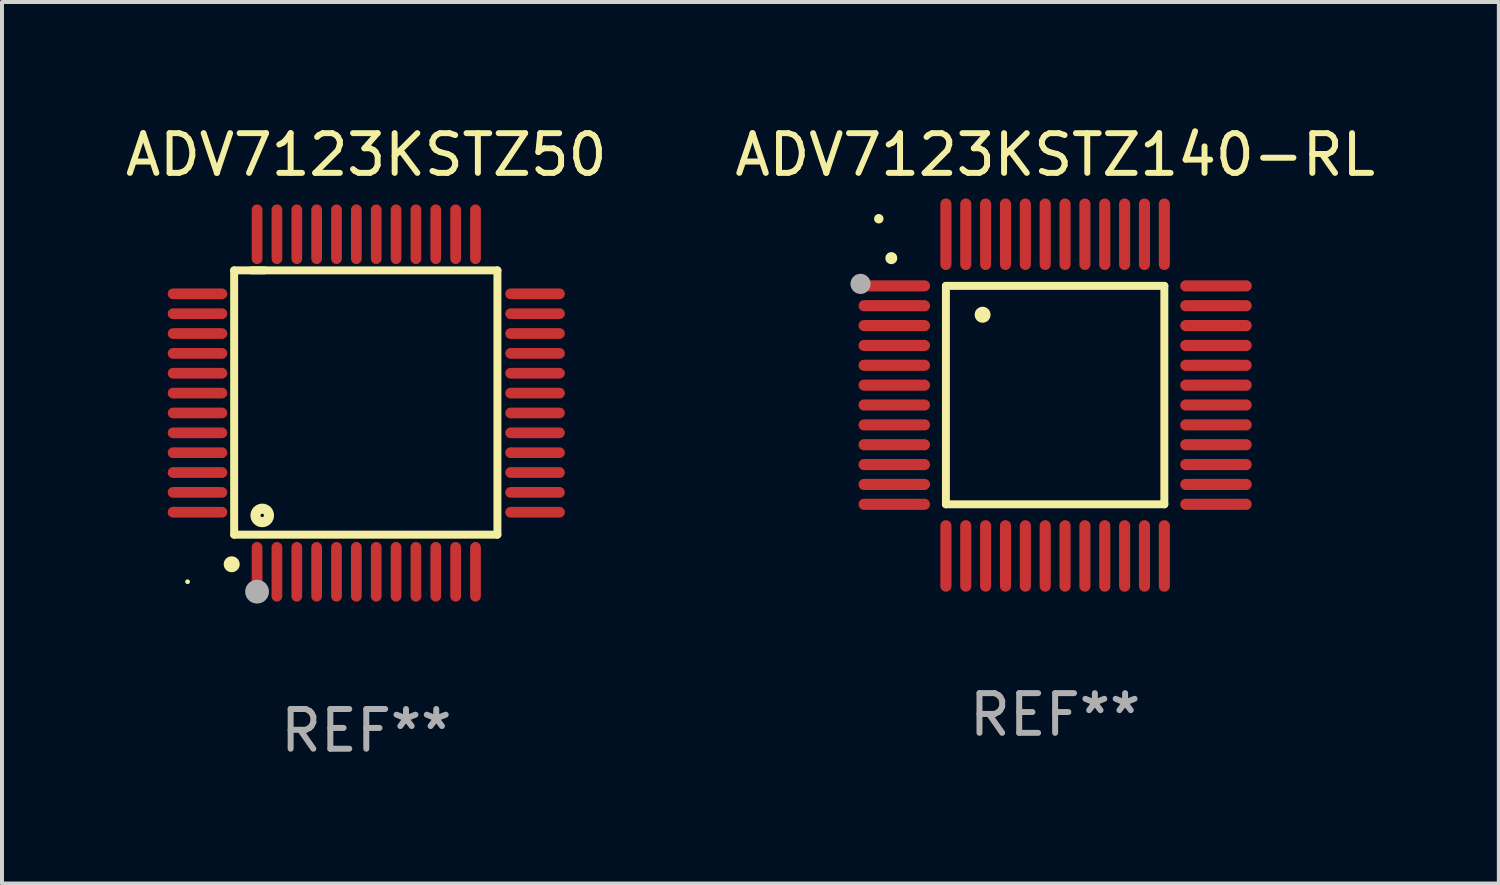
<source format=kicad_pcb>
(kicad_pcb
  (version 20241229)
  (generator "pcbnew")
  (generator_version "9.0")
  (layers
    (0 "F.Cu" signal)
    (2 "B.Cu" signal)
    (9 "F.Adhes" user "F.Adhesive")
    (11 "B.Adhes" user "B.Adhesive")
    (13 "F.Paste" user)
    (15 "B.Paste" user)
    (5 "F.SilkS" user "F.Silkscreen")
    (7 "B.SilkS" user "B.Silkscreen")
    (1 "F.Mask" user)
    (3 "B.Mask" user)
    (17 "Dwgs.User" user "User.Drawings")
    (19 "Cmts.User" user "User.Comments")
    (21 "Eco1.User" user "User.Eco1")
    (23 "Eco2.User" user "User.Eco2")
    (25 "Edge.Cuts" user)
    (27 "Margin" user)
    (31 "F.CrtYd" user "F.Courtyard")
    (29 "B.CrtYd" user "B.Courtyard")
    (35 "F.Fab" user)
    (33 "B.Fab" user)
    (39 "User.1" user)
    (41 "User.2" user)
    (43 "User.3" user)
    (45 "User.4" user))
  (footprint "ADV7123KSTZ140-RL"
    (layer "F.Cu")
    (at 23.518 6.898)
    (property "Reference" "ADV7123KSTZ140-RL" (at 0 -6.05 0) (layer "F.SilkS") (effects (font (size 1 1) (thickness 0.15))))
    (attr through_hole)
    (fp_line (start -2.75 -2.75) (end 2.75 -2.75) (stroke (width 0.2) (type solid)) (layer "F.SilkS"))
    (fp_line (start -2.75 2.75) (end -2.75 -2.75) (stroke (width 0.2) (type solid)) (layer "F.SilkS"))
    (fp_line (start 2.75 -2.75) (end 2.75 2.75) (stroke (width 0.2) (type solid)) (layer "F.SilkS"))
    (fp_line (start 2.75 2.75) (end -2.75 2.75) (stroke (width 0.2) (type solid)) (layer "F.SilkS"))
    (fp_arc (start -4.124968 -3.446787) (mid -4.124973 -3.448057) (end -4.124968 -3.449327) (stroke (width 0.3) (type solid)) (layer "F.SilkS"))
    (fp_arc (start -1.826264 -2.021844) (mid -1.826268 -2.023114) (end -1.826264 -2.024384) (stroke (width 0.4) (type solid)) (layer "F.SilkS"))
    (fp_circle (center -4.44 -4.44) (end -4.38 -4.44) (stroke (width 0.12) (type solid)) (fill no) (layer "F.SilkS"))
    (fp_circle (center -4.9 -2.8) (end -4.773 -2.8) (stroke (width 0.254) (type solid)) (fill no) (layer "F.Fab"))
    (fp_text user "REF**" (at 0 8.05 0) (layer "F.Fab") (effects (font (size 1 1) (thickness 0.15))))
    (pad "1" smd oval (at -4.05 -2.75 90) (size 0.28 1.8) (layers "F.Cu" "F.Mask" "F.Paste"))
    (pad "2" smd oval (at -4.05 -2.25 90) (size 0.28 1.8) (layers "F.Cu" "F.Mask" "F.Paste"))
    (pad "3" smd oval (at -4.05 -1.75 90) (size 0.28 1.8) (layers "F.Cu" "F.Mask" "F.Paste"))
    (pad "4" smd oval (at -4.05 -1.25 90) (size 0.28 1.8) (layers "F.Cu" "F.Mask" "F.Paste"))
    (pad "5" smd oval (at -4.05 -0.75 90) (size 0.28 1.8) (layers "F.Cu" "F.Mask" "F.Paste"))
    (pad "6" smd oval (at -4.05 -0.25 90) (size 0.28 1.8) (layers "F.Cu" "F.Mask" "F.Paste"))
    (pad "7" smd oval (at -4.05 0.25 90) (size 0.28 1.8) (layers "F.Cu" "F.Mask" "F.Paste"))
    (pad "8" smd oval (at -4.05 0.75 90) (size 0.28 1.8) (layers "F.Cu" "F.Mask" "F.Paste"))
    (pad "9" smd oval (at -4.05 1.25 90) (size 0.28 1.8) (layers "F.Cu" "F.Mask" "F.Paste"))
    (pad "10" smd oval (at -4.05 1.75 90) (size 0.28 1.8) (layers "F.Cu" "F.Mask" "F.Paste"))
    (pad "11" smd oval (at -4.05 2.25 90) (size 0.28 1.8) (layers "F.Cu" "F.Mask" "F.Paste"))
    (pad "12" smd oval (at -4.05 2.75 90) (size 0.28 1.8) (layers "F.Cu" "F.Mask" "F.Paste"))
    (pad "13" smd oval (at -2.75 4.05) (size 0.28 1.8) (layers "F.Cu" "F.Mask" "F.Paste"))
    (pad "14" smd oval (at -2.25 4.05) (size 0.28 1.8) (layers "F.Cu" "F.Mask" "F.Paste"))
    (pad "15" smd oval (at -1.75 4.05) (size 0.28 1.8) (layers "F.Cu" "F.Mask" "F.Paste"))
    (pad "16" smd oval (at -1.25 4.05) (size 0.28 1.8) (layers "F.Cu" "F.Mask" "F.Paste"))
    (pad "17" smd oval (at -0.75 4.05) (size 0.28 1.8) (layers "F.Cu" "F.Mask" "F.Paste"))
    (pad "18" smd oval (at -0.25 4.05) (size 0.28 1.8) (layers "F.Cu" "F.Mask" "F.Paste"))
    (pad "19" smd oval (at 0.25 4.05) (size 0.28 1.8) (layers "F.Cu" "F.Mask" "F.Paste"))
    (pad "20" smd oval (at 0.75 4.05) (size 0.28 1.8) (layers "F.Cu" "F.Mask" "F.Paste"))
    (pad "21" smd oval (at 1.25 4.05) (size 0.28 1.8) (layers "F.Cu" "F.Mask" "F.Paste"))
    (pad "22" smd oval (at 1.75 4.05) (size 0.28 1.8) (layers "F.Cu" "F.Mask" "F.Paste"))
    (pad "23" smd oval (at 2.25 4.05) (size 0.28 1.8) (layers "F.Cu" "F.Mask" "F.Paste"))
    (pad "24" smd oval (at 2.75 4.05) (size 0.28 1.8) (layers "F.Cu" "F.Mask" "F.Paste"))
    (pad "25" smd oval (at 4.05 2.75 90) (size 0.28 1.8) (layers "F.Cu" "F.Mask" "F.Paste"))
    (pad "26" smd oval (at 4.05 2.25 90) (size 0.28 1.8) (layers "F.Cu" "F.Mask" "F.Paste"))
    (pad "27" smd oval (at 4.05 1.75 90) (size 0.28 1.8) (layers "F.Cu" "F.Mask" "F.Paste"))
    (pad "28" smd oval (at 4.05 1.25 90) (size 0.28 1.8) (layers "F.Cu" "F.Mask" "F.Paste"))
    (pad "29" smd oval (at 4.05 0.75 90) (size 0.28 1.8) (layers "F.Cu" "F.Mask" "F.Paste"))
    (pad "30" smd oval (at 4.05 0.25 90) (size 0.28 1.8) (layers "F.Cu" "F.Mask" "F.Paste"))
    (pad "31" smd oval (at 4.05 -0.25 90) (size 0.28 1.8) (layers "F.Cu" "F.Mask" "F.Paste"))
    (pad "32" smd oval (at 4.05 -0.75 90) (size 0.28 1.8) (layers "F.Cu" "F.Mask" "F.Paste"))
    (pad "33" smd oval (at 4.05 -1.25 90) (size 0.28 1.8) (layers "F.Cu" "F.Mask" "F.Paste"))
    (pad "34" smd oval (at 4.05 -1.75 90) (size 0.28 1.8) (layers "F.Cu" "F.Mask" "F.Paste"))
    (pad "35" smd oval (at 4.05 -2.25 90) (size 0.28 1.8) (layers "F.Cu" "F.Mask" "F.Paste"))
    (pad "36" smd oval (at 4.05 -2.75 90) (size 0.28 1.8) (layers "F.Cu" "F.Mask" "F.Paste"))
    (pad "37" smd oval (at 2.75 -4.05) (size 0.28 1.8) (layers "F.Cu" "F.Mask" "F.Paste"))
    (pad "38" smd oval (at 2.25 -4.05) (size 0.28 1.8) (layers "F.Cu" "F.Mask" "F.Paste"))
    (pad "39" smd oval (at 1.75 -4.05) (size 0.28 1.8) (layers "F.Cu" "F.Mask" "F.Paste"))
    (pad "40" smd oval (at 1.25 -4.05) (size 0.28 1.8) (layers "F.Cu" "F.Mask" "F.Paste"))
    (pad "41" smd oval (at 0.75 -4.05) (size 0.28 1.8) (layers "F.Cu" "F.Mask" "F.Paste"))
    (pad "42" smd oval (at 0.25 -4.05) (size 0.28 1.8) (layers "F.Cu" "F.Mask" "F.Paste"))
    (pad "43" smd oval (at -0.25 -4.05) (size 0.28 1.8) (layers "F.Cu" "F.Mask" "F.Paste"))
    (pad "44" smd oval (at -0.75 -4.05) (size 0.28 1.8) (layers "F.Cu" "F.Mask" "F.Paste"))
    (pad "45" smd oval (at -1.25 -4.05) (size 0.28 1.8) (layers "F.Cu" "F.Mask" "F.Paste"))
    (pad "46" smd oval (at -1.75 -4.05) (size 0.28 1.8) (layers "F.Cu" "F.Mask" "F.Paste"))
    (pad "47" smd oval (at -2.25 -4.05) (size 0.28 1.8) (layers "F.Cu" "F.Mask" "F.Paste"))
    (pad "48" smd oval (at -2.75 -4.05) (size 0.28 1.8) (layers "F.Cu" "F.Mask" "F.Paste")))
  (footprint "ADV7123KSTZ50"
    (layer "F.Cu")
    (at 6.173 7.098)
    (property "Reference" "ADV7123KSTZ50" (at 0 -6.25 0) (layer "F.SilkS") (effects (font (size 1 1) (thickness 0.15))))
    (attr through_hole)
    (fp_line (start -3.327 -3.34) (end -2.565 -3.34) (stroke (width 0.2) (type solid)) (layer "F.SilkS"))
    (fp_line (start -3.327 3.315) (end -3.327 -3.34) (stroke (width 0.2) (type solid)) (layer "F.SilkS"))
    (fp_line (start -2.896 -3.34) (end 3.302 -3.34) (stroke (width 0.2) (type solid)) (layer "F.SilkS"))
    (fp_line (start 3.302 -3.34) (end 3.302 3.315) (stroke (width 0.2) (type solid)) (layer "F.SilkS"))
    (fp_line (start 3.302 3.315) (end -3.327 3.315) (stroke (width 0.2) (type solid)) (layer "F.SilkS"))
    (fp_arc (start -3.389992 4.059995) (mid -3.388722 4.059991) (end -3.387452 4.059995) (stroke (width 0.4) (type solid)) (layer "F.SilkS"))
    (fp_circle (center -4.5 4.5) (end -4.47 4.5) (stroke (width 0.06) (type solid)) (fill no) (layer "F.SilkS"))
    (fp_circle (center -2.62 2.83) (end -2.45 2.83) (stroke (width 0.254) (type solid)) (fill no) (layer "F.SilkS"))
    (fp_circle (center -2.75 4.75) (end -2.6 4.75) (stroke (width 0.3) (type solid)) (fill no) (layer "F.Fab"))
    (fp_text user "REF**" (at 0 8.25 0) (layer "F.Fab") (effects (font (size 1 1) (thickness 0.15))))
    (pad "1" smd oval (at -2.75 4.25) (size 0.27 1.5) (layers "F.Cu" "F.Mask" "F.Paste"))
    (pad "2" smd oval (at -2.25 4.25) (size 0.27 1.5) (layers "F.Cu" "F.Mask" "F.Paste"))
    (pad "3" smd oval (at -1.75 4.25) (size 0.27 1.5) (layers "F.Cu" "F.Mask" "F.Paste"))
    (pad "4" smd oval (at -1.25 4.25) (size 0.27 1.5) (layers "F.Cu" "F.Mask" "F.Paste"))
    (pad "5" smd oval (at -0.75 4.25) (size 0.27 1.5) (layers "F.Cu" "F.Mask" "F.Paste"))
    (pad "6" smd oval (at -0.25 4.25) (size 0.27 1.5) (layers "F.Cu" "F.Mask" "F.Paste"))
    (pad "7" smd oval (at 0.25 4.25) (size 0.27 1.5) (layers "F.Cu" "F.Mask" "F.Paste"))
    (pad "8" smd oval (at 0.75 4.25) (size 0.27 1.5) (layers "F.Cu" "F.Mask" "F.Paste"))
    (pad "9" smd oval (at 1.25 4.25) (size 0.27 1.5) (layers "F.Cu" "F.Mask" "F.Paste"))
    (pad "10" smd oval (at 1.75 4.25) (size 0.27 1.5) (layers "F.Cu" "F.Mask" "F.Paste"))
    (pad "11" smd oval (at 2.25 4.25) (size 0.27 1.5) (layers "F.Cu" "F.Mask" "F.Paste"))
    (pad "12" smd oval (at 2.75 4.25) (size 0.27 1.5) (layers "F.Cu" "F.Mask" "F.Paste"))
    (pad "13" smd oval (at 4.25 2.75) (size 1.5 0.27) (layers "F.Cu" "F.Mask" "F.Paste"))
    (pad "14" smd oval (at 4.25 2.25) (size 1.5 0.27) (layers "F.Cu" "F.Mask" "F.Paste"))
    (pad "15" smd oval (at 4.25 1.75) (size 1.5 0.27) (layers "F.Cu" "F.Mask" "F.Paste"))
    (pad "16" smd oval (at 4.25 1.25) (size 1.5 0.27) (layers "F.Cu" "F.Mask" "F.Paste"))
    (pad "17" smd oval (at 4.25 0.75) (size 1.5 0.27) (layers "F.Cu" "F.Mask" "F.Paste"))
    (pad "18" smd oval (at 4.25 0.25) (size 1.5 0.27) (layers "F.Cu" "F.Mask" "F.Paste"))
    (pad "19" smd oval (at 4.25 -0.25) (size 1.5 0.27) (layers "F.Cu" "F.Mask" "F.Paste"))
    (pad "20" smd oval (at 4.25 -0.75) (size 1.5 0.27) (layers "F.Cu" "F.Mask" "F.Paste"))
    (pad "21" smd oval (at 4.25 -1.25) (size 1.5 0.27) (layers "F.Cu" "F.Mask" "F.Paste"))
    (pad "22" smd oval (at 4.25 -1.75) (size 1.5 0.27) (layers "F.Cu" "F.Mask" "F.Paste"))
    (pad "23" smd oval (at 4.25 -2.25) (size 1.5 0.27) (layers "F.Cu" "F.Mask" "F.Paste"))
    (pad "24" smd oval (at 4.25 -2.75) (size 1.5 0.27) (layers "F.Cu" "F.Mask" "F.Paste"))
    (pad "25" smd oval (at 2.75 -4.25) (size 0.27 1.5) (layers "F.Cu" "F.Mask" "F.Paste"))
    (pad "26" smd oval (at 2.25 -4.25) (size 0.27 1.5) (layers "F.Cu" "F.Mask" "F.Paste"))
    (pad "27" smd oval (at 1.75 -4.25) (size 0.27 1.5) (layers "F.Cu" "F.Mask" "F.Paste"))
    (pad "28" smd oval (at 1.25 -4.25) (size 0.27 1.5) (layers "F.Cu" "F.Mask" "F.Paste"))
    (pad "29" smd oval (at 0.75 -4.25) (size 0.27 1.5) (layers "F.Cu" "F.Mask" "F.Paste"))
    (pad "30" smd oval (at 0.25 -4.25) (size 0.27 1.5) (layers "F.Cu" "F.Mask" "F.Paste"))
    (pad "31" smd oval (at -0.25 -4.25) (size 0.27 1.5) (layers "F.Cu" "F.Mask" "F.Paste"))
    (pad "32" smd oval (at -0.75 -4.25) (size 0.27 1.5) (layers "F.Cu" "F.Mask" "F.Paste"))
    (pad "33" smd oval (at -1.25 -4.25) (size 0.27 1.5) (layers "F.Cu" "F.Mask" "F.Paste"))
    (pad "34" smd oval (at -1.75 -4.25) (size 0.27 1.5) (layers "F.Cu" "F.Mask" "F.Paste"))
    (pad "35" smd oval (at -2.25 -4.25) (size 0.27 1.5) (layers "F.Cu" "F.Mask" "F.Paste"))
    (pad "36" smd oval (at -2.75 -4.25) (size 0.27 1.5) (layers "F.Cu" "F.Mask" "F.Paste"))
    (pad "37" smd oval (at -4.25 -2.75) (size 1.5 0.27) (layers "F.Cu" "F.Mask" "F.Paste"))
    (pad "38" smd oval (at -4.25 -2.25) (size 1.5 0.27) (layers "F.Cu" "F.Mask" "F.Paste"))
    (pad "39" smd oval (at -4.25 -1.75) (size 1.5 0.27) (layers "F.Cu" "F.Mask" "F.Paste"))
    (pad "40" smd oval (at -4.25 -1.25) (size 1.5 0.27) (layers "F.Cu" "F.Mask" "F.Paste"))
    (pad "41" smd oval (at -4.25 -0.75) (size 1.5 0.27) (layers "F.Cu" "F.Mask" "F.Paste"))
    (pad "42" smd oval (at -4.25 -0.25) (size 1.5 0.27) (layers "F.Cu" "F.Mask" "F.Paste"))
    (pad "43" smd oval (at -4.25 0.25) (size 1.5 0.27) (layers "F.Cu" "F.Mask" "F.Paste"))
    (pad "44" smd oval (at -4.25 0.75) (size 1.5 0.27) (layers "F.Cu" "F.Mask" "F.Paste"))
    (pad "45" smd oval (at -4.25 1.25) (size 1.5 0.27) (layers "F.Cu" "F.Mask" "F.Paste"))
    (pad "46" smd oval (at -4.25 1.75) (size 1.5 0.27) (layers "F.Cu" "F.Mask" "F.Paste"))
    (pad "47" smd oval (at -4.25 2.25) (size 1.5 0.27) (layers "F.Cu" "F.Mask" "F.Paste"))
    (pad "48" smd oval (at -4.25 2.75) (size 1.5 0.27) (layers "F.Cu" "F.Mask" "F.Paste")))
  (gr_rect
    (start -3 -3)
    (end 34.69 19.196)
    (stroke (width 0.1) (type default))
    (fill no)
    (layer "Edge.Cuts")))
</source>
